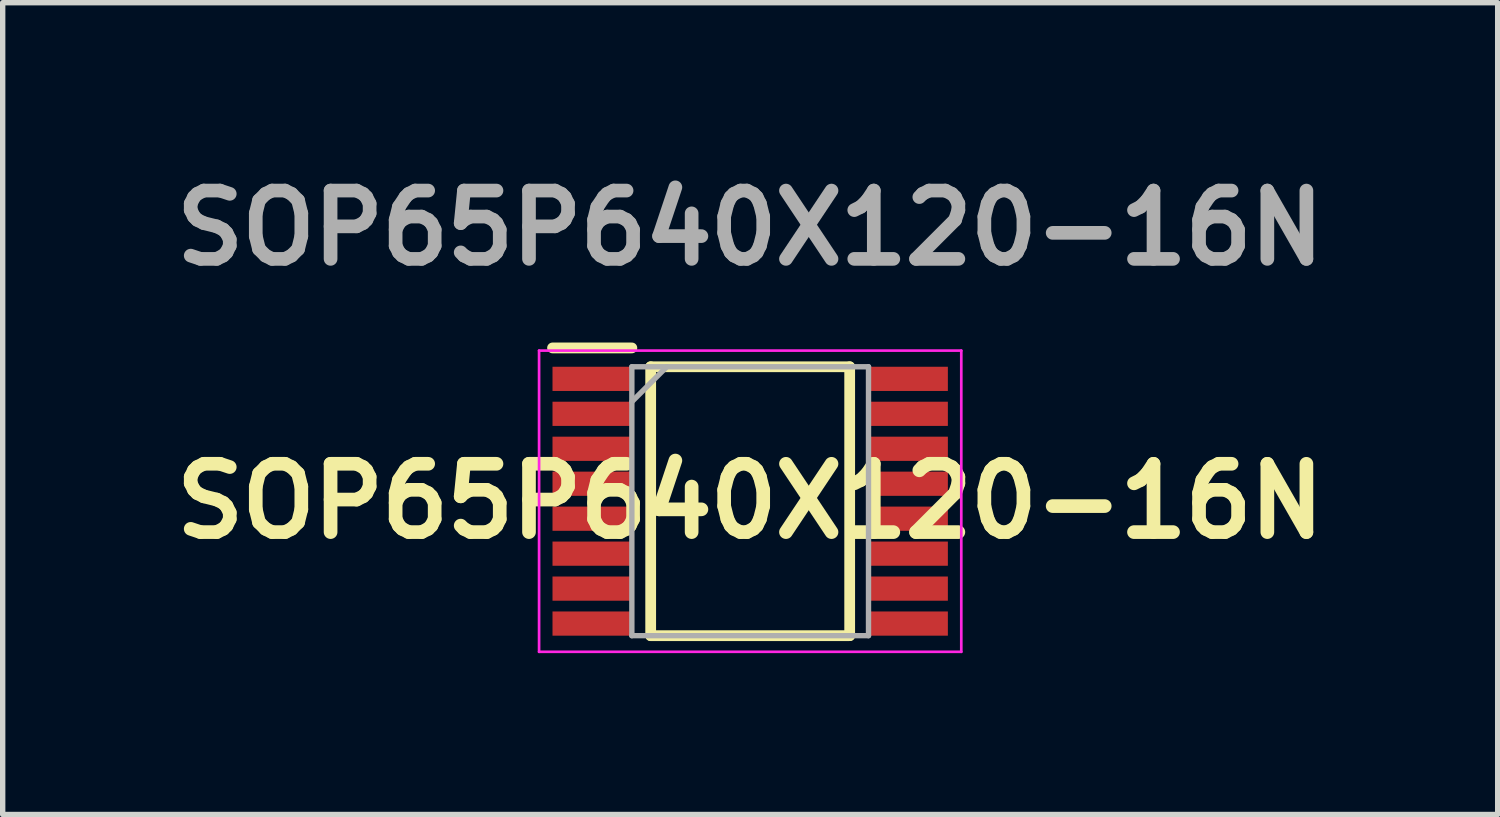
<source format=kicad_pcb>
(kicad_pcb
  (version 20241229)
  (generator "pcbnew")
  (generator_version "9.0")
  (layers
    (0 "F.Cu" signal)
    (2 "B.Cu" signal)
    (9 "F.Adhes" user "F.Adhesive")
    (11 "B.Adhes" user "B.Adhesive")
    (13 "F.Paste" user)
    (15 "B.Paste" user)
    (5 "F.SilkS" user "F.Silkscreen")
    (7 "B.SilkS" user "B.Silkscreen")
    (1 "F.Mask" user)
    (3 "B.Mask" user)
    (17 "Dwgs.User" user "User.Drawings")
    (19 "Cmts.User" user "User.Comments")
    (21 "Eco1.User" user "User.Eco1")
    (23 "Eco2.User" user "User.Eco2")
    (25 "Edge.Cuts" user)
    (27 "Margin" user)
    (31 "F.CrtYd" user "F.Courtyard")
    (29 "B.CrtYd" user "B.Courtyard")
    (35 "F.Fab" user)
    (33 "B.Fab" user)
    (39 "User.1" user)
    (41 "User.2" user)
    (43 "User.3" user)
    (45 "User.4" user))
  (footprint "SOP65P640X120-16N"
    (layer "F.Cu")
    (at 10.898 6.269)
    (property "Reference" "SOP65P640X120-16N" (at 0 0 0) (layer "F.SilkS") (effects (font (size 1.27 1.27) (thickness 0.254))))
    (attr smd)
    (fp_line (start -3.675 -2.85) (end -2.2 -2.85) (stroke (width 0.2) (type solid)) (layer "F.SilkS"))
    (fp_line (start -1.85 -2.5) (end 1.85 -2.5) (stroke (width 0.2) (type solid)) (layer "F.SilkS"))
    (fp_line (start -1.85 2.5) (end -1.85 -2.5) (stroke (width 0.2) (type solid)) (layer "F.SilkS"))
    (fp_line (start 1.85 -2.5) (end 1.85 2.5) (stroke (width 0.2) (type solid)) (layer "F.SilkS"))
    (fp_line (start 1.85 2.5) (end -1.85 2.5) (stroke (width 0.2) (type solid)) (layer "F.SilkS"))
    (fp_line (start -3.925 -2.8) (end 3.925 -2.8) (stroke (width 0.05) (type solid)) (layer "F.CrtYd"))
    (fp_line (start -3.925 2.8) (end -3.925 -2.8) (stroke (width 0.05) (type solid)) (layer "F.CrtYd"))
    (fp_line (start 3.925 -2.8) (end 3.925 2.8) (stroke (width 0.05) (type solid)) (layer "F.CrtYd"))
    (fp_line (start 3.925 2.8) (end -3.925 2.8) (stroke (width 0.05) (type solid)) (layer "F.CrtYd"))
    (fp_line (start -2.2 -2.5) (end 2.2 -2.5) (stroke (width 0.1) (type solid)) (layer "F.Fab"))
    (fp_line (start -2.2 -1.85) (end -1.55 -2.5) (stroke (width 0.1) (type solid)) (layer "F.Fab"))
    (fp_line (start -2.2 2.5) (end -2.2 -2.5) (stroke (width 0.1) (type solid)) (layer "F.Fab"))
    (fp_line (start 2.2 -2.5) (end 2.2 2.5) (stroke (width 0.1) (type solid)) (layer "F.Fab"))
    (fp_line (start 2.2 2.5) (end -2.2 2.5) (stroke (width 0.1) (type solid)) (layer "F.Fab"))
    (fp_text user "${REFERENCE}" (at 0 -5.08 0) (layer "F.Fab") (effects (font (size 1.27 1.27) (thickness 0.254))))
    (pad "1" smd rect (at -2.938 -2.275 90) (size 0.45 1.475) (layers "F.Cu" "F.Mask" "F.Paste"))
    (pad "2" smd rect (at -2.938 -1.625 90) (size 0.45 1.475) (layers "F.Cu" "F.Mask" "F.Paste"))
    (pad "3" smd rect (at -2.938 -0.975 90) (size 0.45 1.475) (layers "F.Cu" "F.Mask" "F.Paste"))
    (pad "4" smd rect (at -2.938 -0.325 90) (size 0.45 1.475) (layers "F.Cu" "F.Mask" "F.Paste"))
    (pad "5" smd rect (at -2.938 0.325 90) (size 0.45 1.475) (layers "F.Cu" "F.Mask" "F.Paste"))
    (pad "6" smd rect (at -2.938 0.975 90) (size 0.45 1.475) (layers "F.Cu" "F.Mask" "F.Paste"))
    (pad "7" smd rect (at -2.938 1.625 90) (size 0.45 1.475) (layers "F.Cu" "F.Mask" "F.Paste"))
    (pad "8" smd rect (at -2.938 2.275 90) (size 0.45 1.475) (layers "F.Cu" "F.Mask" "F.Paste"))
    (pad "9" smd rect (at 2.938 2.275 90) (size 0.45 1.475) (layers "F.Cu" "F.Mask" "F.Paste"))
    (pad "10" smd rect (at 2.938 1.625 90) (size 0.45 1.475) (layers "F.Cu" "F.Mask" "F.Paste"))
    (pad "11" smd rect (at 2.938 0.975 90) (size 0.45 1.475) (layers "F.Cu" "F.Mask" "F.Paste"))
    (pad "12" smd rect (at 2.938 0.325 90) (size 0.45 1.475) (layers "F.Cu" "F.Mask" "F.Paste"))
    (pad "13" smd rect (at 2.938 -0.325 90) (size 0.45 1.475) (layers "F.Cu" "F.Mask" "F.Paste"))
    (pad "14" smd rect (at 2.938 -0.975 90) (size 0.45 1.475) (layers "F.Cu" "F.Mask" "F.Paste"))
    (pad "15" smd rect (at 2.938 -1.625 90) (size 0.45 1.475) (layers "F.Cu" "F.Mask" "F.Paste"))
    (pad "16" smd rect (at 2.938 -2.275 90) (size 0.45 1.475) (layers "F.Cu" "F.Mask" "F.Paste")))
  (gr_rect
    (start -3 -3)
    (end 24.796 12.094)
    (stroke (width 0.1) (type default))
    (fill no)
    (layer "Edge.Cuts")))
</source>
